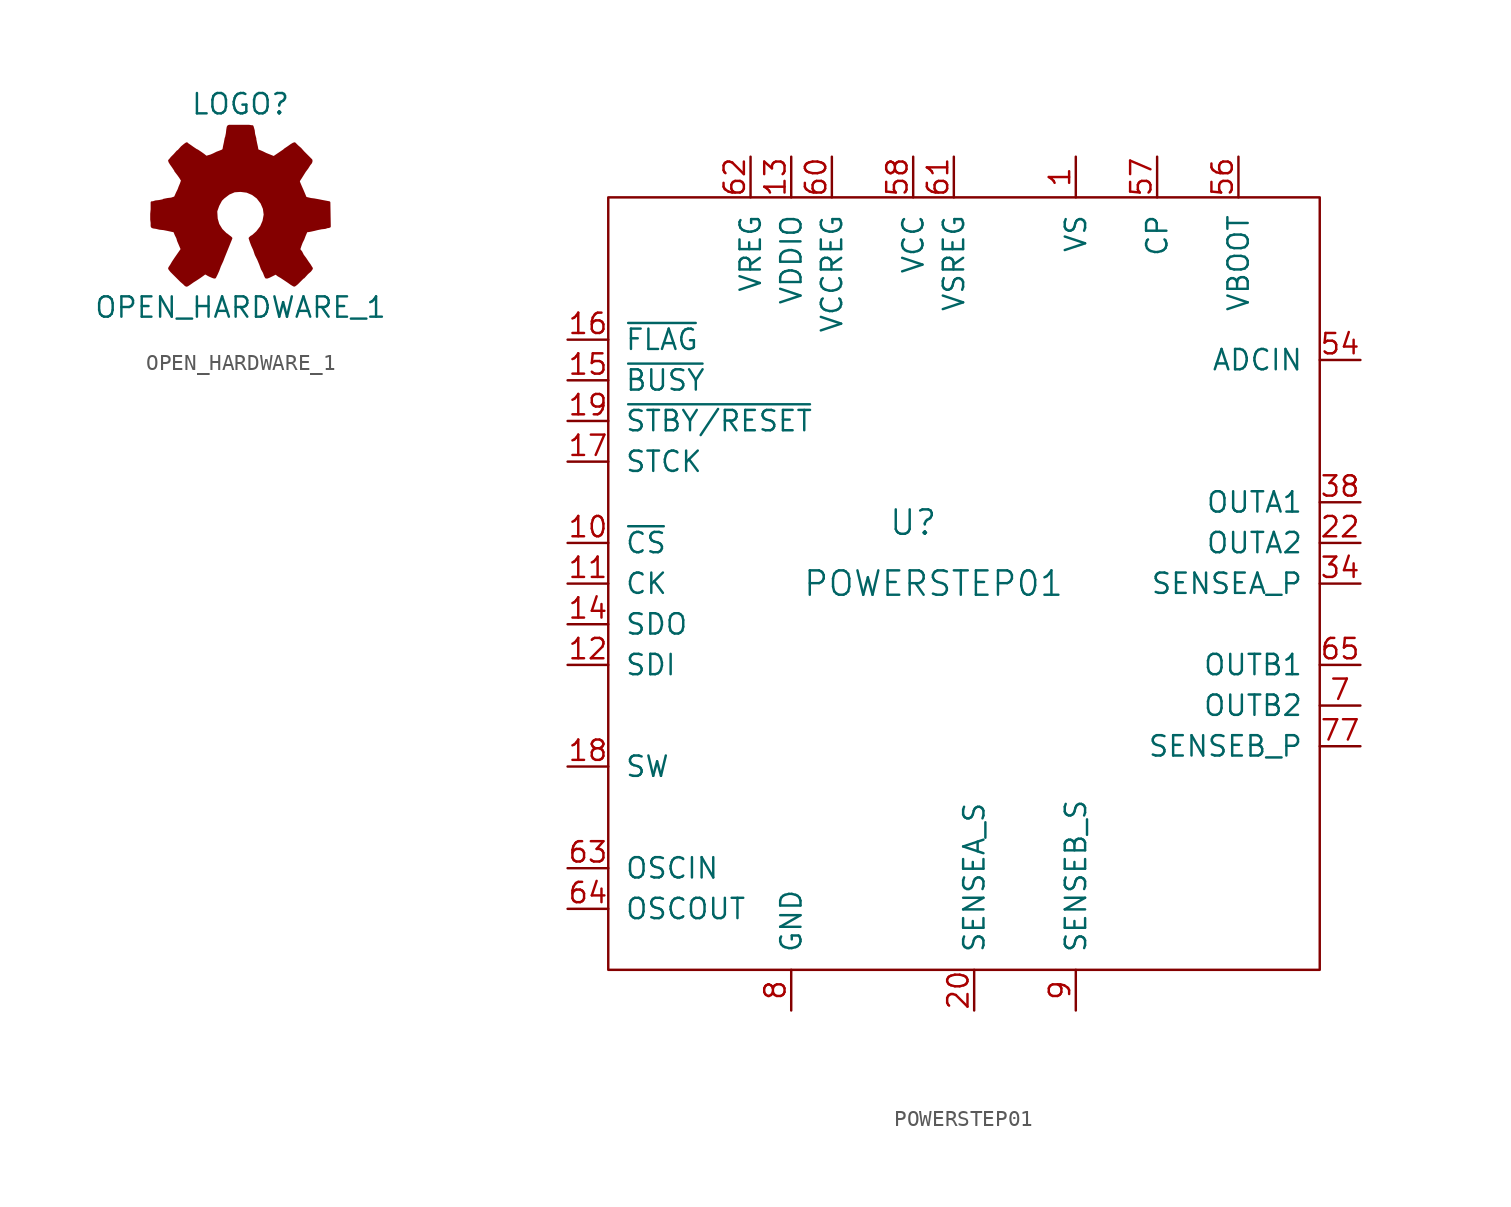
<source format=kicad_sym>
(kicad_symbol_lib
  (version 20220914)
  (generator kicad_symbol_editor)
  (symbol "OPEN_HARDWARE_1"
    (pin_names
      (offset 1.016))
    (property "Reference" "LOGO"
      (at 0 6.985 0)
      (effects (font (size 1.27 1.27))))
    (property "Value" "OPEN_HARDWARE_1"
      (at 0 -5.715 0)
      (effects (font (size 1.27 1.27))))
    (symbol "OPEN_HARDWARE_1_0_1"
      (polyline (pts (xy 3.353 -4.343) (xy 3.302 -4.318) (xy 3.175 -4.242) (xy 2.997 -4.115) (xy 2.769 -3.962) (xy 2.54 -3.81) (xy 2.362 -3.708) (xy 2.235 -3.607) (xy 2.184 -3.581) (xy 2.159 -3.607) (xy 2.057 -3.658) (xy 1.905 -3.734) (xy 1.803 -3.785) (xy 1.676 -3.835) (xy 1.6 -3.835) (xy 1.6 -3.835) (xy 1.549 -3.734) (xy 1.473 -3.531) (xy 1.346 -3.302) (xy 1.245 -3.023) (xy 1.118 -2.718) (xy 0.965 -2.413) (xy 0.864 -2.108) (xy 0.737 -1.829) (xy 0.66 -1.626) (xy 0.61 -1.473) (xy 0.584 -1.397) (xy 0.584 -1.397) (xy 0.66 -1.321) (xy 0.787 -1.245) (xy 1.041 -1.016) (xy 1.295 -0.686) (xy 1.448 -0.33) (xy 1.524 0.076) (xy 1.473 0.457) (xy 1.321 0.813) (xy 1.067 1.143) (xy 0.762 1.372) (xy 0.406 1.524) (xy 0 1.575) (xy -0.381 1.549) (xy -0.737 1.397) (xy -1.067 1.143) (xy -1.219 0.991) (xy -1.397 0.66) (xy -1.524 0.305) (xy -1.524 0.229) (xy -1.499 -0.178) (xy -1.397 -0.533) (xy -1.194 -0.864) (xy -0.914 -1.143) (xy -0.864 -1.168) (xy -0.737 -1.27) (xy -0.635 -1.346) (xy -0.584 -1.397) (xy -1.067 -2.591) (xy -1.143 -2.794) (xy -1.295 -3.124) (xy -1.397 -3.404) (xy -1.499 -3.632) (xy -1.575 -3.785) (xy -1.6 -3.835) (xy -1.6 -3.835) (xy -1.651 -3.835) (xy -1.727 -3.81) (xy -1.905 -3.734) (xy -2.007 -3.683) (xy -2.134 -3.607) (xy -2.21 -3.581) (xy -2.261 -3.607) (xy -2.362 -3.683) (xy -2.54 -3.81) (xy -2.769 -3.962) (xy -2.972 -4.089) (xy -3.15 -4.216) (xy -3.302 -4.318) (xy -3.353 -4.343) (xy -3.378 -4.343) (xy -3.429 -4.318) (xy -3.531 -4.216) (xy -3.708 -4.064) (xy -3.937 -3.835) (xy -3.962 -3.81) (xy -4.166 -3.607) (xy -4.318 -3.454) (xy -4.42 -3.327) (xy -4.445 -3.277) (xy -4.445 -3.277) (xy -4.42 -3.226) (xy -4.318 -3.073) (xy -4.216 -2.896) (xy -4.064 -2.667) (xy -3.658 -2.083) (xy -3.886 -1.549) (xy -3.937 -1.372) (xy -4.039 -1.168) (xy -4.089 -1.041) (xy -4.115 -0.965) (xy -4.191 -0.94) (xy -4.318 -0.914) (xy -4.547 -0.864) (xy -4.801 -0.813) (xy -5.055 -0.787) (xy -5.258 -0.737) (xy -5.436 -0.711) (xy -5.512 -0.686) (xy -5.512 -0.686) (xy -5.537 -0.635) (xy -5.537 -0.559) (xy -5.537 -0.432) (xy -5.563 -0.229) (xy -5.563 0.076) (xy -5.563 0.127) (xy -5.537 0.406) (xy -5.537 0.635) (xy -5.537 0.762) (xy -5.537 0.838) (xy -5.537 0.838) (xy -5.461 0.838) (xy -5.309 0.889) (xy -5.08 0.914) (xy -4.826 0.965) (xy -4.801 0.991) (xy -4.547 1.041) (xy -4.318 1.067) (xy -4.166 1.118) (xy -4.089 1.143) (xy -4.089 1.143) (xy -4.039 1.245) (xy -3.962 1.422) (xy -3.861 1.626) (xy -3.785 1.829) (xy -3.708 2.007) (xy -3.658 2.159) (xy -3.632 2.21) (xy -3.632 2.21) (xy -3.683 2.286) (xy -3.759 2.413) (xy -3.886 2.591) (xy -4.064 2.819) (xy -4.064 2.845) (xy -4.216 3.073) (xy -4.343 3.251) (xy -4.42 3.378) (xy -4.445 3.454) (xy -4.445 3.454) (xy -4.394 3.505) (xy -4.293 3.632) (xy -4.115 3.81) (xy -3.937 4.013) (xy -3.861 4.064) (xy -3.658 4.293) (xy -3.505 4.42) (xy -3.404 4.496) (xy -3.353 4.521) (xy -3.353 4.521) (xy -3.302 4.47) (xy -3.15 4.369) (xy -2.972 4.242) (xy -2.743 4.089) (xy -2.718 4.089) (xy -2.489 3.937) (xy -2.311 3.81) (xy -2.184 3.708) (xy -2.134 3.683) (xy -2.108 3.683) (xy -2.032 3.708) (xy -1.854 3.759) (xy -1.676 3.835) (xy -1.473 3.937) (xy -1.27 4.013) (xy -1.143 4.064) (xy -1.067 4.115) (xy -1.067 4.115) (xy -1.041 4.191) (xy -1.016 4.343) (xy -0.965 4.572) (xy -0.914 4.851) (xy -0.889 4.902) (xy -0.838 5.156) (xy -0.813 5.385) (xy -0.787 5.537) (xy -0.762 5.588) (xy -0.711 5.613) (xy -0.584 5.613) (xy -0.406 5.613) (xy -0.152 5.613) (xy 0.076 5.613) (xy 0.33 5.613) (xy 0.533 5.613) (xy 0.686 5.588) (xy 0.737 5.588) (xy 0.737 5.588) (xy 0.762 5.512) (xy 0.813 5.334) (xy 0.838 5.105) (xy 0.914 4.826) (xy 0.914 4.775) (xy 0.965 4.521) (xy 1.016 4.293) (xy 1.041 4.14) (xy 1.067 4.089) (xy 1.067 4.089) (xy 1.194 4.039) (xy 1.372 3.962) (xy 1.575 3.861) (xy 2.083 3.658) (xy 2.718 4.089) (xy 2.769 4.14) (xy 2.997 4.293) (xy 3.175 4.42) (xy 3.302 4.496) (xy 3.378 4.521) (xy 3.378 4.521) (xy 3.429 4.47) (xy 3.556 4.343) (xy 3.734 4.191) (xy 3.912 3.988) (xy 4.064 3.835) (xy 4.242 3.658) (xy 4.343 3.556) (xy 4.42 3.48) (xy 4.42 3.429) (xy 4.42 3.404) (xy 4.394 3.327) (xy 4.293 3.2) (xy 4.166 2.997) (xy 4.013 2.794) (xy 3.886 2.591) (xy 3.759 2.388) (xy 3.658 2.235) (xy 3.632 2.159) (xy 3.632 2.134) (xy 3.683 2.007) (xy 3.759 1.829) (xy 3.861 1.6) (xy 4.064 1.118) (xy 4.394 1.041) (xy 4.597 1.016) (xy 4.877 0.965) (xy 5.131 0.914) (xy 5.537 0.838) (xy 5.563 -0.66) (xy 5.486 -0.686) (xy 5.436 -0.686) (xy 5.283 -0.737) (xy 5.055 -0.762) (xy 4.801 -0.813) (xy 4.597 -0.864) (xy 4.369 -0.914) (xy 4.216 -0.94) (xy 4.14 -0.94) (xy 4.115 -0.965) (xy 4.064 -1.067) (xy 3.988 -1.245) (xy 3.912 -1.448) (xy 3.81 -1.651) (xy 3.734 -1.854) (xy 3.683 -2.007) (xy 3.658 -2.083) (xy 3.683 -2.134) (xy 3.785 -2.261) (xy 3.886 -2.464) (xy 4.039 -2.667) (xy 4.191 -2.896) (xy 4.318 -3.073) (xy 4.394 -3.2) (xy 4.445 -3.277) (xy 4.42 -3.327) (xy 4.343 -3.429) (xy 4.166 -3.581) (xy 3.937 -3.835) (xy 3.886 -3.861) (xy 3.683 -4.064) (xy 3.531 -4.216) (xy 3.404 -4.318) (xy 3.353 -4.343)) (stroke (width 0) (type default)) (fill (type outline)))))
  (symbol "POWERSTEP01"
    (pin_names
      (offset 1.016))
    (property "Reference" "U"
      (at -1.27 5.08 0)
      (effects (font (size 1.524 1.524))))
    (property "Value" "POWERSTEP01"
      (at 0 1.27 0)
      (effects (font (size 1.524 1.524))))
    (symbol "POWERSTEP01_0_1"
      (rectangle (start 24.13 25.4) (end -20.32 -22.86) (stroke (width 0) (type default)) (fill (type none))))
    (symbol "POWERSTEP01_1_1"
      (pin input line (at 8.89 27.94 270) (length 2.54) (name "VS" (effects (font (size 1.27 1.27)))) (number "1" (effects (font (size 1.27 1.27)))))
      (pin input line (at -22.86 3.81 0) (length 2.54) (name "~{CS}" (effects (font (size 1.27 1.27)))) (number "10" (effects (font (size 1.27 1.27)))))
      (pin input line (at -22.86 1.27 0) (length 2.54) (name "CK" (effects (font (size 1.27 1.27)))) (number "11" (effects (font (size 1.27 1.27)))))
      (pin input line (at -22.86 -3.81 0) (length 2.54) (name "SDI" (effects (font (size 1.27 1.27)))) (number "12" (effects (font (size 1.27 1.27)))))
      (pin input line (at -8.89 27.94 270) (length 2.54) (name "VDDIO" (effects (font (size 1.27 1.27)))) (number "13" (effects (font (size 1.27 1.27)))))
      (pin input line (at -22.86 -1.27 0) (length 2.54) (name "SDO" (effects (font (size 1.27 1.27)))) (number "14" (effects (font (size 1.27 1.27)))))
      (pin input line (at -22.86 13.97 0) (length 2.54) (name "~{BUSY}" (effects (font (size 1.27 1.27)))) (number "15" (effects (font (size 1.27 1.27)))))
      (pin input line (at -22.86 16.51 0) (length 2.54) (name "~{FLAG}" (effects (font (size 1.27 1.27)))) (number "16" (effects (font (size 1.27 1.27)))))
      (pin input line (at -22.86 8.89 0) (length 2.54) (name "STCK" (effects (font (size 1.27 1.27)))) (number "17" (effects (font (size 1.27 1.27)))))
      (pin input line (at -22.86 -10.16 0) (length 2.54) (name "SW" (effects (font (size 1.27 1.27)))) (number "18" (effects (font (size 1.27 1.27)))))
      (pin input line (at -22.86 11.43 0) (length 2.54) (name "~{STBY/RESET}" (effects (font (size 1.27 1.27)))) (number "19" (effects (font (size 1.27 1.27)))))
      (pin input line (at 2.54 -25.4 90) (length 2.54) (name "SENSEA_S" (effects (font (size 1.27 1.27)))) (number "20" (effects (font (size 1.27 1.27)))))
      (pin input line (at 26.67 3.81 180) (length 2.54) (name "OUTA2" (effects (font (size 1.27 1.27)))) (number "22" (effects (font (size 1.27 1.27)))))
      (pin input line (at 26.67 1.27 180) (length 2.54) (name "SENSEA_P" (effects (font (size 1.27 1.27)))) (number "34" (effects (font (size 1.27 1.27)))))
      (pin input line (at 26.67 6.35 180) (length 2.54) (name "OUTA1" (effects (font (size 1.27 1.27)))) (number "38" (effects (font (size 1.27 1.27)))))
      (pin input line (at 26.67 15.24 180) (length 2.54) (name "ADCIN" (effects (font (size 1.27 1.27)))) (number "54" (effects (font (size 1.27 1.27)))))
      (pin input line (at 19.05 27.94 270) (length 2.54) (name "VBOOT" (effects (font (size 1.27 1.27)))) (number "56" (effects (font (size 1.27 1.27)))))
      (pin input line (at 13.97 27.94 270) (length 2.54) (name "CP" (effects (font (size 1.27 1.27)))) (number "57" (effects (font (size 1.27 1.27)))))
      (pin input line (at -1.27 27.94 270) (length 2.54) (name "VCC" (effects (font (size 1.27 1.27)))) (number "58" (effects (font (size 1.27 1.27)))))
      (pin input line (at -6.35 27.94 270) (length 2.54) (name "VCCREG" (effects (font (size 1.27 1.27)))) (number "60" (effects (font (size 1.27 1.27)))))
      (pin input line (at 1.27 27.94 270) (length 2.54) (name "VSREG" (effects (font (size 1.27 1.27)))) (number "61" (effects (font (size 1.27 1.27)))))
      (pin input line (at -11.43 27.94 270) (length 2.54) (name "VREG" (effects (font (size 1.27 1.27)))) (number "62" (effects (font (size 1.27 1.27)))))
      (pin input line (at -22.86 -16.51 0) (length 2.54) (name "OSCIN" (effects (font (size 1.27 1.27)))) (number "63" (effects (font (size 1.27 1.27)))))
      (pin input line (at -22.86 -19.05 0) (length 2.54) (name "OSCOUT" (effects (font (size 1.27 1.27)))) (number "64" (effects (font (size 1.27 1.27)))))
      (pin input line (at 26.67 -3.81 180) (length 2.54) (name "OUTB1" (effects (font (size 1.27 1.27)))) (number "65" (effects (font (size 1.27 1.27)))))
      (pin input line (at 26.67 -6.35 180) (length 2.54) (name "OUTB2" (effects (font (size 1.27 1.27)))) (number "7" (effects (font (size 1.27 1.27)))))
      (pin input line (at 26.67 -8.89 180) (length 2.54) (name "SENSEB_P" (effects (font (size 1.27 1.27)))) (number "77" (effects (font (size 1.27 1.27)))))
      (pin input line (at -8.89 -25.4 90) (length 2.54) (name "GND" (effects (font (size 1.27 1.27)))) (number "8" (effects (font (size 1.27 1.27)))))
      (pin input line (at 8.89 -25.4 90) (length 2.54) (name "SENSEB_S" (effects (font (size 1.27 1.27)))) (number "9" (effects (font (size 1.27 1.27))))))))
</source>
